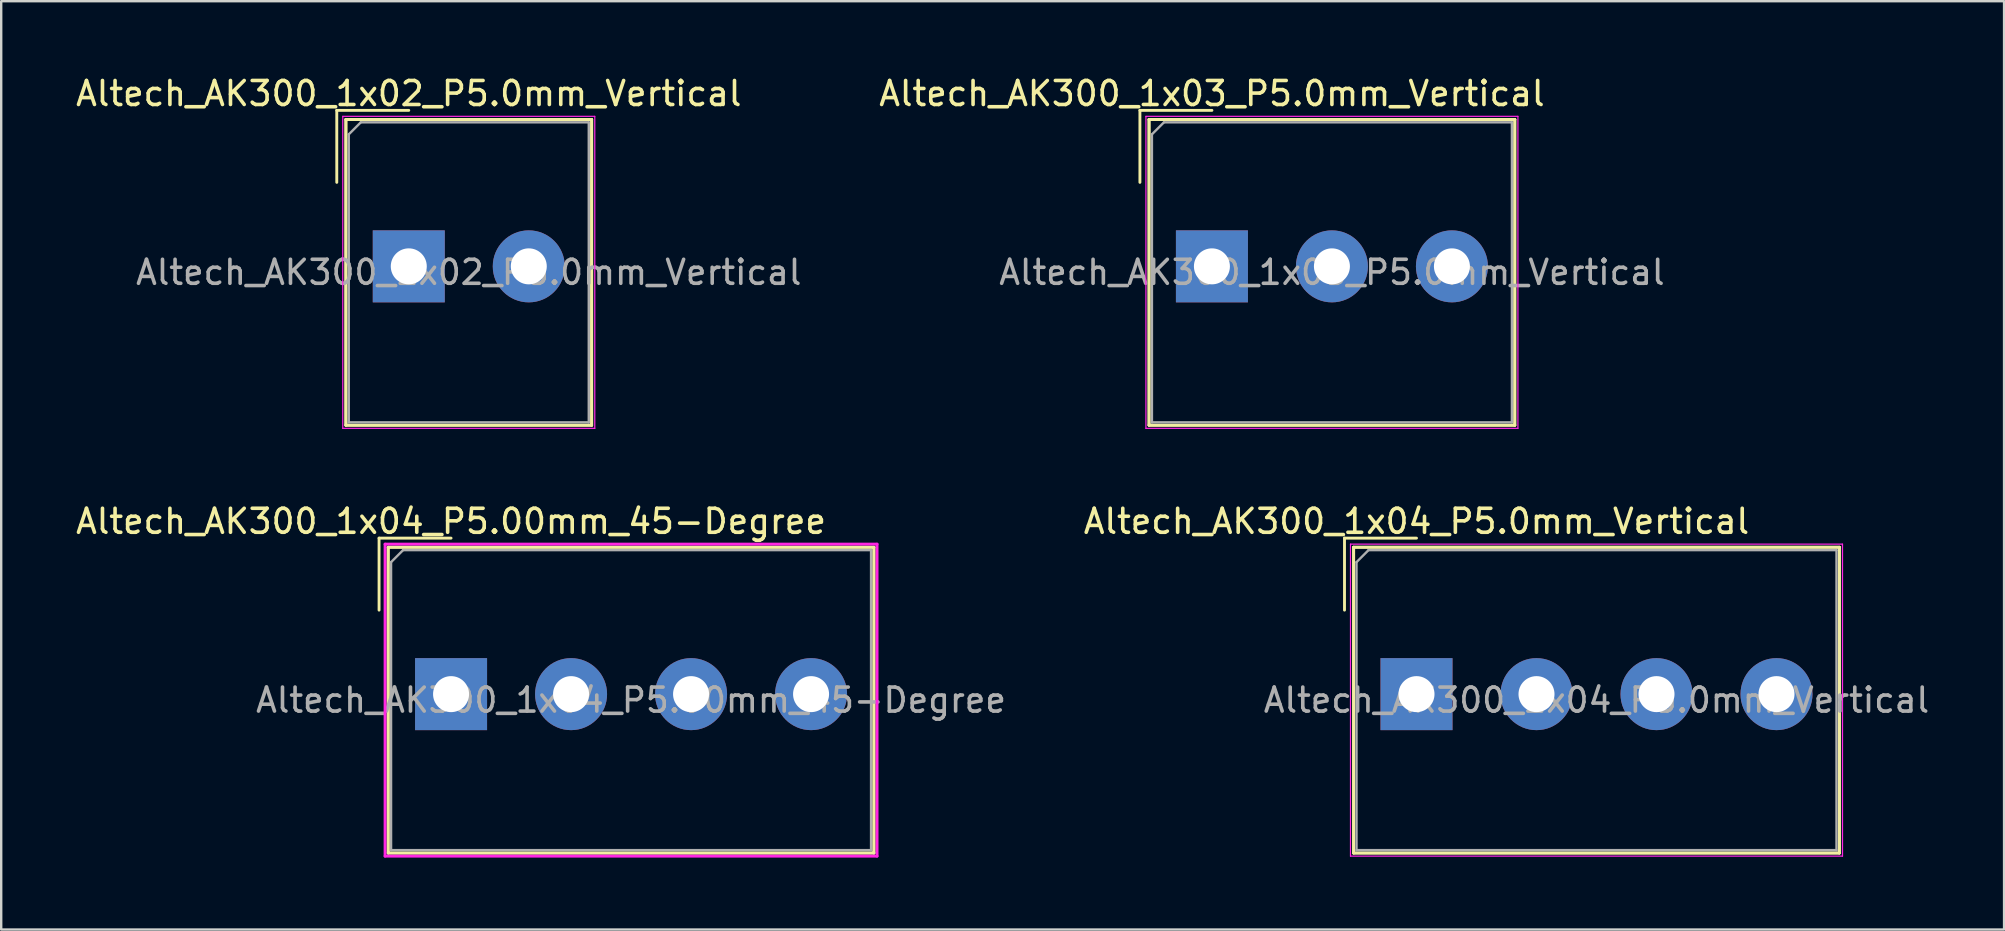
<source format=kicad_pcb>
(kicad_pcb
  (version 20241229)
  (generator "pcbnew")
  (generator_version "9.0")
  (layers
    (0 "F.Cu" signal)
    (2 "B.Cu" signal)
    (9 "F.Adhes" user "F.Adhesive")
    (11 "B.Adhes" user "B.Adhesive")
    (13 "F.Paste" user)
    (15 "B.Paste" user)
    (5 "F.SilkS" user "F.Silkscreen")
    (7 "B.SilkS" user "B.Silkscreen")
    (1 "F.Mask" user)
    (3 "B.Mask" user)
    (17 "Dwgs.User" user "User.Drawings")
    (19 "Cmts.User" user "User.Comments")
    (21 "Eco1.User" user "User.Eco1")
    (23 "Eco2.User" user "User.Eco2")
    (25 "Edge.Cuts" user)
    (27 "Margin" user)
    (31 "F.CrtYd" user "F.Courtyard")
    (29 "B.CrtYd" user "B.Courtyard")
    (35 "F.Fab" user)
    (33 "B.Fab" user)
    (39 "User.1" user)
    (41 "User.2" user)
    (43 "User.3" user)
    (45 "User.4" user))
  (footprint "Altech_AK300_1x04_P5.0mm_Vertical"
    (layer "F.Cu")
    (at 55.97 25.872)
    (property "Reference" "Altech_AK300_1x04_P5.0mm_Vertical" (at 0 -7.2 0) (layer "F.SilkS") (effects (font (size 1 1) (thickness 0.15))))
    (attr through_hole)
    (fp_line (start -3 -6.5) (end 0 -6.5) (stroke (width 0.12) (type solid)) (layer "F.SilkS"))
    (fp_line (start -3 -3.5) (end -3 -6.5) (stroke (width 0.12) (type solid)) (layer "F.SilkS"))
    (fp_line (start -2.62 -6.12) (end -2.62 6.62) (stroke (width 0.12) (type solid)) (layer "F.SilkS"))
    (fp_line (start -2.62 -6.12) (end -2.62 6.62) (stroke (width 0.12) (type solid)) (layer "F.SilkS"))
    (fp_line (start -2.62 -6.12) (end 17.62 -6.12) (stroke (width 0.12) (type solid)) (layer "F.SilkS"))
    (fp_line (start -2.62 -6.12) (end 17.62 -6.12) (stroke (width 0.12) (type solid)) (layer "F.SilkS"))
    (fp_line (start -2.62 6.62) (end 17.62 6.62) (stroke (width 0.12) (type solid)) (layer "F.SilkS"))
    (fp_line (start -2.62 6.62) (end 17.62 6.62) (stroke (width 0.12) (type solid)) (layer "F.SilkS"))
    (fp_line (start 17.62 -6.12) (end 17.62 6.62) (stroke (width 0.12) (type solid)) (layer "F.SilkS"))
    (fp_line (start 17.62 -6.12) (end 17.62 6.62) (stroke (width 0.12) (type solid)) (layer "F.SilkS"))
    (fp_line (start -2.75 -6.25) (end -2.75 6.75) (stroke (width 0.05) (type solid)) (layer "F.CrtYd"))
    (fp_line (start -2.75 -6.25) (end 17.75 -6.25) (stroke (width 0.05) (type solid)) (layer "F.CrtYd"))
    (fp_line (start -2.75 6.75) (end 17.75 6.75) (stroke (width 0.05) (type solid)) (layer "F.CrtYd"))
    (fp_line (start 17.75 -6.25) (end 17.75 6.75) (stroke (width 0.05) (type solid)) (layer "F.CrtYd"))
    (fp_line (start -2.5 -5.5) (end -2 -6) (stroke (width 0.1) (type solid)) (layer "F.Fab"))
    (fp_line (start -2.5 6.5) (end -2.5 -5.5) (stroke (width 0.1) (type solid)) (layer "F.Fab"))
    (fp_line (start -2 -6) (end 17.5 -6) (stroke (width 0.1) (type solid)) (layer "F.Fab"))
    (fp_line (start 17.5 -6) (end 17.5 6.5) (stroke (width 0.1) (type solid)) (layer "F.Fab"))
    (fp_line (start 17.5 6.5) (end -2.5 6.5) (stroke (width 0.1) (type solid)) (layer "F.Fab"))
    (fp_text user "${REFERENCE}" (at 7.5 0.25 0) (layer "F.Fab") (effects (font (size 1 1) (thickness 0.15))))
    (pad "1" thru_hole rect (at 0 0) (size 3 3) (drill 1.5) (layers "*.Cu" "*.Mask"))
    (pad "2" thru_hole circle (at 5 0) (size 3 3) (drill 1.5) (layers "*.Cu" "*.Mask"))
    (pad "3" thru_hole circle (at 10 0) (size 3 3) (drill 1.5) (layers "*.Cu" "*.Mask"))
    (pad "4" thru_hole circle (at 15 0) (size 3 3) (drill 1.5) (layers "*.Cu" "*.Mask")))
  (footprint "Altech_AK300_1x04_P5.00mm_45-Degree"
    (layer "F.Cu")
    (at 15.744 25.872)
    (property "Reference" "Altech_AK300_1x04_P5.00mm_45-Degree" (at 0 -7.2 0) (layer "F.SilkS") (effects (font (size 1 1) (thickness 0.15))))
    (attr through_hole)
    (fp_line (start -3 -6.5) (end 0 -6.5) (stroke (width 0.12) (type solid)) (layer "F.SilkS"))
    (fp_line (start -3 -3.5) (end -3 -6.5) (stroke (width 0.12) (type solid)) (layer "F.SilkS"))
    (fp_line (start -2.62 -6.12) (end -2.62 6.62) (stroke (width 0.12) (type solid)) (layer "F.SilkS"))
    (fp_line (start -2.62 -6.12) (end -2.62 6.62) (stroke (width 0.12) (type solid)) (layer "F.SilkS"))
    (fp_line (start -2.62 -6.12) (end 17.62 -6.12) (stroke (width 0.12) (type solid)) (layer "F.SilkS"))
    (fp_line (start -2.62 -6.12) (end 17.62 -6.12) (stroke (width 0.12) (type solid)) (layer "F.SilkS"))
    (fp_line (start -2.62 6.62) (end 17.62 6.62) (stroke (width 0.12) (type solid)) (layer "F.SilkS"))
    (fp_line (start -2.62 6.62) (end 17.62 6.62) (stroke (width 0.12) (type solid)) (layer "F.SilkS"))
    (fp_line (start 17.62 -6.12) (end 17.62 6.62) (stroke (width 0.12) (type solid)) (layer "F.SilkS"))
    (fp_line (start 17.62 -6.12) (end 17.62 6.62) (stroke (width 0.12) (type solid)) (layer "F.SilkS"))
    (fp_line (start -2.75 -6.25) (end -2.75 6.75) (stroke (width 0.12) (type solid)) (layer "F.CrtYd"))
    (fp_line (start -2.75 -6.25) (end 17.75 -6.25) (stroke (width 0.12) (type solid)) (layer "F.CrtYd"))
    (fp_line (start -2.75 6.75) (end 17.75 6.75) (stroke (width 0.12) (type solid)) (layer "F.CrtYd"))
    (fp_line (start 17.75 -6.25) (end 17.75 6.75) (stroke (width 0.12) (type solid)) (layer "F.CrtYd"))
    (fp_line (start -2.5 -5.5) (end -2 -6) (stroke (width 0.1) (type solid)) (layer "F.Fab"))
    (fp_line (start -2.5 6.5) (end -2.5 -5.5) (stroke (width 0.1) (type solid)) (layer "F.Fab"))
    (fp_line (start -2 -6) (end 17.5 -6) (stroke (width 0.1) (type solid)) (layer "F.Fab"))
    (fp_line (start 17.5 -6) (end 17.5 6.5) (stroke (width 0.1) (type solid)) (layer "F.Fab"))
    (fp_line (start 17.5 6.5) (end -2.5 6.5) (stroke (width 0.1) (type solid)) (layer "F.Fab"))
    (fp_text user "${REFERENCE}" (at 7.5 0.25 0) (layer "F.Fab") (effects (font (size 1 1) (thickness 0.15))))
    (pad "1" thru_hole rect (at 0 0) (size 3 3) (drill 1.5) (layers "*.Cu" "*.Mask"))
    (pad "2" thru_hole circle (at 5 0) (size 3 3) (drill 1.5) (layers "*.Cu" "*.Mask"))
    (pad "3" thru_hole circle (at 10 0) (size 3 3) (drill 1.5) (layers "*.Cu" "*.Mask"))
    (pad "4" thru_hole circle (at 15 0) (size 3 3) (drill 1.5) (layers "*.Cu" "*.Mask")))
  (footprint "Altech_AK300_1x03_P5.0mm_Vertical"
    (layer "F.Cu")
    (at 47.446 8.048)
    (property "Reference" "Altech_AK300_1x03_P5.0mm_Vertical" (at 0 -7.2 0) (layer "F.SilkS") (effects (font (size 1 1) (thickness 0.15))))
    (attr through_hole)
    (fp_line (start -3 -6.5) (end 0 -6.5) (stroke (width 0.12) (type solid)) (layer "F.SilkS"))
    (fp_line (start -3 -3.5) (end -3 -6.5) (stroke (width 0.12) (type solid)) (layer "F.SilkS"))
    (fp_line (start -2.62 -6.12) (end -2.62 6.62) (stroke (width 0.12) (type solid)) (layer "F.SilkS"))
    (fp_line (start -2.62 -6.12) (end -2.62 6.62) (stroke (width 0.12) (type solid)) (layer "F.SilkS"))
    (fp_line (start -2.62 -6.12) (end 12.62 -6.12) (stroke (width 0.12) (type solid)) (layer "F.SilkS"))
    (fp_line (start -2.62 -6.12) (end 12.62 -6.12) (stroke (width 0.12) (type solid)) (layer "F.SilkS"))
    (fp_line (start -2.62 6.62) (end 12.62 6.62) (stroke (width 0.12) (type solid)) (layer "F.SilkS"))
    (fp_line (start -2.62 6.62) (end 12.62 6.62) (stroke (width 0.12) (type solid)) (layer "F.SilkS"))
    (fp_line (start 12.62 -6.12) (end 12.62 6.62) (stroke (width 0.12) (type solid)) (layer "F.SilkS"))
    (fp_line (start 12.62 -6.12) (end 12.62 6.62) (stroke (width 0.12) (type solid)) (layer "F.SilkS"))
    (fp_line (start -2.75 -6.25) (end -2.75 6.75) (stroke (width 0.05) (type solid)) (layer "F.CrtYd"))
    (fp_line (start -2.75 -6.25) (end 12.75 -6.25) (stroke (width 0.05) (type solid)) (layer "F.CrtYd"))
    (fp_line (start -2.75 6.75) (end 12.75 6.75) (stroke (width 0.05) (type solid)) (layer "F.CrtYd"))
    (fp_line (start 12.75 -6.25) (end 12.75 6.75) (stroke (width 0.05) (type solid)) (layer "F.CrtYd"))
    (fp_line (start -2.5 -5.5) (end -2 -6) (stroke (width 0.1) (type solid)) (layer "F.Fab"))
    (fp_line (start -2.5 6.5) (end -2.5 -5.5) (stroke (width 0.1) (type solid)) (layer "F.Fab"))
    (fp_line (start -2 -6) (end 12.5 -6) (stroke (width 0.1) (type solid)) (layer "F.Fab"))
    (fp_line (start 12.5 -6) (end 12.5 6.5) (stroke (width 0.1) (type solid)) (layer "F.Fab"))
    (fp_line (start 12.5 6.5) (end -2.5 6.5) (stroke (width 0.1) (type solid)) (layer "F.Fab"))
    (fp_text user "${REFERENCE}" (at 5 0.25 0) (layer "F.Fab") (effects (font (size 1 1) (thickness 0.15))))
    (pad "1" thru_hole rect (at 0 0) (size 3 3) (drill 1.5) (layers "*.Cu" "*.Mask"))
    (pad "2" thru_hole circle (at 5 0) (size 3 3) (drill 1.5) (layers "*.Cu" "*.Mask"))
    (pad "3" thru_hole circle (at 10 0) (size 3 3) (drill 1.5) (layers "*.Cu" "*.Mask")))
  (footprint "Altech_AK300_1x02_P5.0mm_Vertical"
    (layer "F.Cu")
    (at 13.982 8.048)
    (property "Reference" "Altech_AK300_1x02_P5.0mm_Vertical" (at 0 -7.2 0) (layer "F.SilkS") (effects (font (size 1 1) (thickness 0.15))))
    (attr through_hole)
    (fp_line (start -3 -6.5) (end 0 -6.5) (stroke (width 0.12) (type solid)) (layer "F.SilkS"))
    (fp_line (start -3 -3.5) (end -3 -6.5) (stroke (width 0.12) (type solid)) (layer "F.SilkS"))
    (fp_line (start -2.62 -6.12) (end -2.62 6.62) (stroke (width 0.12) (type solid)) (layer "F.SilkS"))
    (fp_line (start -2.62 -6.12) (end -2.62 6.62) (stroke (width 0.12) (type solid)) (layer "F.SilkS"))
    (fp_line (start -2.62 -6.12) (end 7.62 -6.12) (stroke (width 0.12) (type solid)) (layer "F.SilkS"))
    (fp_line (start -2.62 -6.12) (end 7.62 -6.12) (stroke (width 0.12) (type solid)) (layer "F.SilkS"))
    (fp_line (start -2.62 6.62) (end 7.62 6.62) (stroke (width 0.12) (type solid)) (layer "F.SilkS"))
    (fp_line (start -2.62 6.62) (end 7.62 6.62) (stroke (width 0.12) (type solid)) (layer "F.SilkS"))
    (fp_line (start 7.62 -6.12) (end 7.62 6.62) (stroke (width 0.12) (type solid)) (layer "F.SilkS"))
    (fp_line (start 7.62 -6.12) (end 7.62 6.62) (stroke (width 0.12) (type solid)) (layer "F.SilkS"))
    (fp_line (start -2.75 -6.25) (end -2.75 6.75) (stroke (width 0.05) (type solid)) (layer "F.CrtYd"))
    (fp_line (start -2.75 -6.25) (end 7.75 -6.25) (stroke (width 0.05) (type solid)) (layer "F.CrtYd"))
    (fp_line (start -2.75 6.75) (end 7.75 6.75) (stroke (width 0.05) (type solid)) (layer "F.CrtYd"))
    (fp_line (start 7.75 -6.25) (end 7.75 6.75) (stroke (width 0.05) (type solid)) (layer "F.CrtYd"))
    (fp_line (start -2.5 -5.5) (end -2 -6) (stroke (width 0.1) (type solid)) (layer "F.Fab"))
    (fp_line (start -2.5 6.5) (end -2.5 -5.5) (stroke (width 0.1) (type solid)) (layer "F.Fab"))
    (fp_line (start -2 -6) (end 7.5 -6) (stroke (width 0.1) (type solid)) (layer "F.Fab"))
    (fp_line (start 7.5 -6) (end 7.5 6.5) (stroke (width 0.1) (type solid)) (layer "F.Fab"))
    (fp_line (start 7.5 6.5) (end -2.5 6.5) (stroke (width 0.1) (type solid)) (layer "F.Fab"))
    (fp_text user "${REFERENCE}" (at 2.5 0.25 0) (layer "F.Fab") (effects (font (size 1 1) (thickness 0.15))))
    (pad "1" thru_hole rect (at 0 0) (size 3 3) (drill 1.5) (layers "*.Cu" "*.Mask"))
    (pad "2" thru_hole circle (at 5 0) (size 3 3) (drill 1.5) (layers "*.Cu" "*.Mask")))
  (gr_rect
    (start -3 -3)
    (end 80.452 35.681)
    (stroke (width 0.1) (type default))
    (fill no)
    (layer "Edge.Cuts")))
</source>
